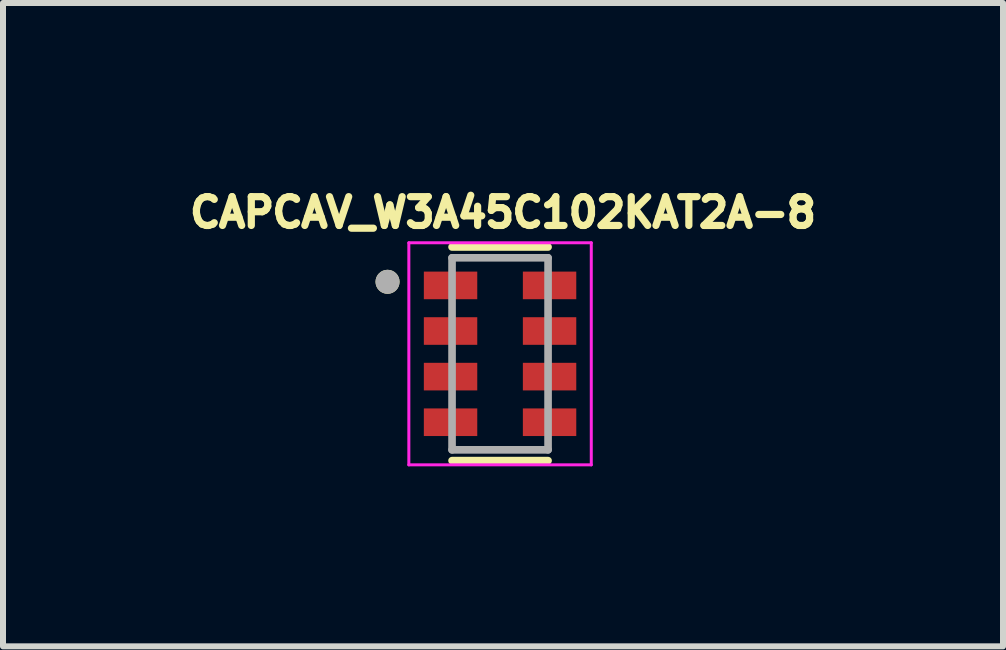
<source format=kicad_pcb>
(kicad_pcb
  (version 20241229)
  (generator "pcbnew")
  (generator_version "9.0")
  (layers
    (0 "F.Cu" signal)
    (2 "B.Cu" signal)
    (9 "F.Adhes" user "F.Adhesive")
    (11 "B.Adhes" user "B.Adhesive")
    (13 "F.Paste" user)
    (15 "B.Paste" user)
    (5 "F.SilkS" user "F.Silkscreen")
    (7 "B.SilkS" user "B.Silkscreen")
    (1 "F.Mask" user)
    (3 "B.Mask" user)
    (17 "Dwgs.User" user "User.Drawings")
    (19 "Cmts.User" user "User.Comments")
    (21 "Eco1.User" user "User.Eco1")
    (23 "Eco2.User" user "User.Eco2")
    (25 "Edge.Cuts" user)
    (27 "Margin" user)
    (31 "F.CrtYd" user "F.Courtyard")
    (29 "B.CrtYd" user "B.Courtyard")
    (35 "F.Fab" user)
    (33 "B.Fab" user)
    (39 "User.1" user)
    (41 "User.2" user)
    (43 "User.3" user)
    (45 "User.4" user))
  (footprint "CAPCAV_W3A45C102KAT2A-8"
    (layer "F.Cu")
    (at 5.283 2.846)
    (property "Reference" "CAPCAV_W3A45C102KAT2A-8" (at 0.049 -2.355 0) (layer "F.SilkS") (effects (font (size 0.48 0.48) (thickness 0.15))))
    (attr smd)
    (fp_line (start -0.8 -1.78) (end 0.8 -1.78) (stroke (width 0.127) (type solid)) (layer "F.SilkS"))
    (fp_line (start -0.8 1.78) (end 0.8 1.78) (stroke (width 0.127) (type solid)) (layer "F.SilkS"))
    (fp_circle (center -1.875 -1.2) (end -1.775 -1.2) (stroke (width 0.2) (type solid)) (fill no) (layer "F.SilkS"))
    (fp_line (start -1.52 -1.85) (end -1.52 1.85) (stroke (width 0.05) (type solid)) (layer "F.CrtYd"))
    (fp_line (start -1.52 1.85) (end 1.52 1.85) (stroke (width 0.05) (type solid)) (layer "F.CrtYd"))
    (fp_line (start 1.52 -1.85) (end -1.52 -1.85) (stroke (width 0.05) (type solid)) (layer "F.CrtYd"))
    (fp_line (start 1.52 1.85) (end 1.52 -1.85) (stroke (width 0.05) (type solid)) (layer "F.CrtYd"))
    (fp_line (start -0.8 -1.6) (end 0.8 -1.6) (stroke (width 0.127) (type solid)) (layer "F.Fab"))
    (fp_line (start -0.8 1.6) (end -0.8 -1.6) (stroke (width 0.127) (type solid)) (layer "F.Fab"))
    (fp_line (start -0.8 1.6) (end 0.8 1.6) (stroke (width 0.127) (type solid)) (layer "F.Fab"))
    (fp_line (start 0.8 -1.6) (end 0.8 1.6) (stroke (width 0.127) (type solid)) (layer "F.Fab"))
    (fp_circle (center -1.875 -1.2) (end -1.775 -1.2) (stroke (width 0.2) (type solid)) (fill no) (layer "F.Fab"))
    (pad "1" smd rect (at -0.825 -1.14) (size 0.89 0.46) (layers "F.Cu" "F.Mask" "F.Paste"))
    (pad "2" smd rect (at -0.825 -0.38) (size 0.89 0.46) (layers "F.Cu" "F.Mask" "F.Paste"))
    (pad "3" smd rect (at -0.825 0.38) (size 0.89 0.46) (layers "F.Cu" "F.Mask" "F.Paste"))
    (pad "4" smd rect (at -0.825 1.14) (size 0.89 0.46) (layers "F.Cu" "F.Mask" "F.Paste"))
    (pad "5" smd rect (at 0.825 1.14) (size 0.89 0.46) (layers "F.Cu" "F.Mask" "F.Paste"))
    (pad "6" smd rect (at 0.825 0.38) (size 0.89 0.46) (layers "F.Cu" "F.Mask" "F.Paste"))
    (pad "7" smd rect (at 0.825 -0.38) (size 0.89 0.46) (layers "F.Cu" "F.Mask" "F.Paste"))
    (pad "8" smd rect (at 0.825 -1.14) (size 0.89 0.46) (layers "F.Cu" "F.Mask" "F.Paste")))
  (gr_rect
    (start -3 -3)
    (end 13.664 7.721)
    (stroke (width 0.1) (type default))
    (fill no)
    (layer "Edge.Cuts")))
</source>
